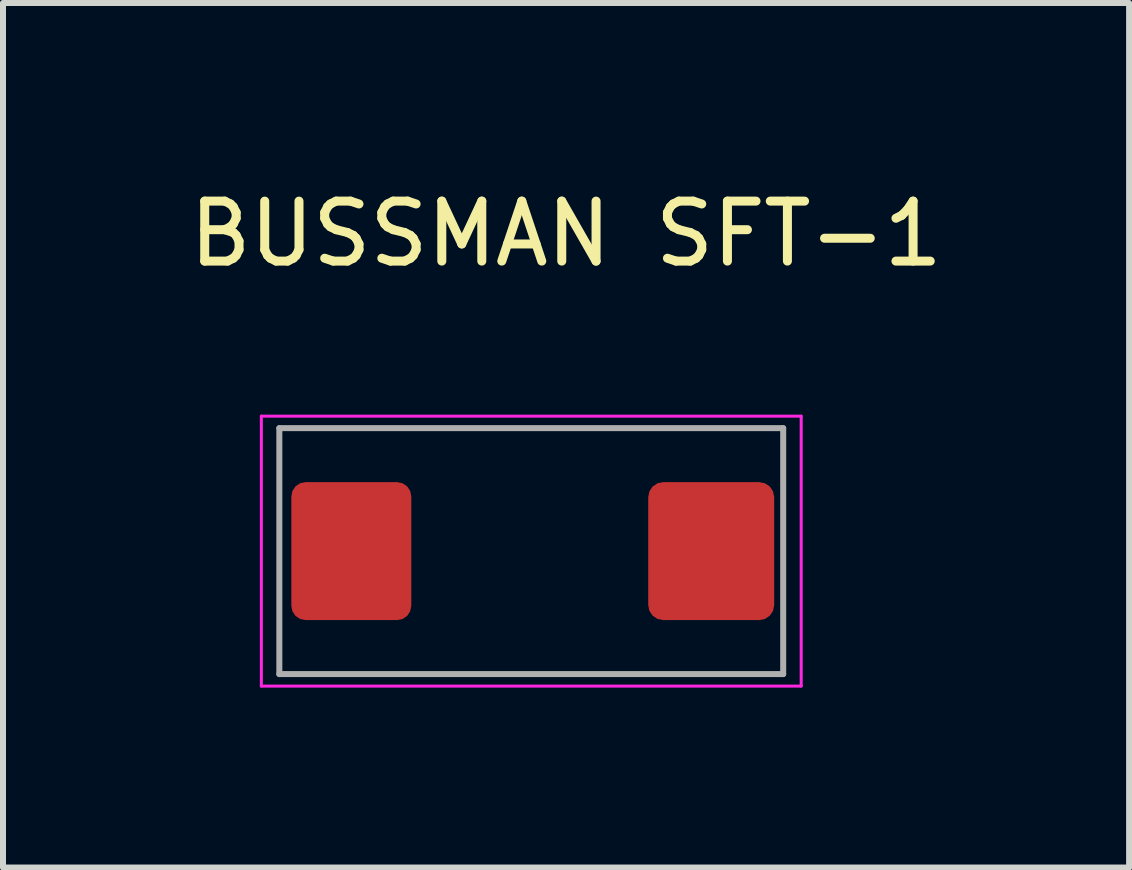
<source format=kicad_pcb>
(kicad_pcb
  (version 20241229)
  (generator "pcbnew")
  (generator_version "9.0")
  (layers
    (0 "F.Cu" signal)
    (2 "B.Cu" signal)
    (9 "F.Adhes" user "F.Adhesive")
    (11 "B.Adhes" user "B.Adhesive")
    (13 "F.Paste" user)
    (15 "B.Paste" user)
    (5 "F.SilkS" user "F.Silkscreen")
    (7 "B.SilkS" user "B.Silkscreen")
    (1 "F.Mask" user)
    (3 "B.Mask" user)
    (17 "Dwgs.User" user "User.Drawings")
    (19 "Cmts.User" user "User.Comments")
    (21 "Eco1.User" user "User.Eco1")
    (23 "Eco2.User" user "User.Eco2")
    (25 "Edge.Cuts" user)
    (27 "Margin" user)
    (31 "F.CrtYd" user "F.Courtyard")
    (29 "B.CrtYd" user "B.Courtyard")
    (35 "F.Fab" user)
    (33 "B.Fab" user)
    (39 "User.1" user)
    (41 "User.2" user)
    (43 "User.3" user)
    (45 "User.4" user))
  (footprint "BUSSMAN SFT-1"
    (layer "F.Cu")
    (at 1.307 3.888)
    (property "Reference" "BUSSMAN SFT-1" (at 5.08 -3.04 0) (unlocked yes) (layer "F.SilkS") (effects (font (size 1 1) (thickness 0.15))))
    (attr smd)
    (fp_line (start 0 0) (end 9 0) (stroke (width 0.05) (type solid)) (layer "F.CrtYd"))
    (fp_line (start 0 4.5) (end 0 0) (stroke (width 0.05) (type solid)) (layer "F.CrtYd"))
    (fp_line (start 9 0) (end 9 4.5) (stroke (width 0.05) (type solid)) (layer "F.CrtYd"))
    (fp_line (start 9 4.5) (end 0 4.5) (stroke (width 0.05) (type solid)) (layer "F.CrtYd"))
    (fp_line (start 0.3 0.2) (end 8.7 0.2) (stroke (width 0.1) (type solid)) (layer "F.Fab"))
    (fp_line (start 0.3 4.3) (end 0.3 0.2) (stroke (width 0.1) (type solid)) (layer "F.Fab"))
    (fp_line (start 8.7 0.2) (end 8.7 4.3) (stroke (width 0.1) (type solid)) (layer "F.Fab"))
    (fp_line (start 8.7 4.3) (end 0.3 4.3) (stroke (width 0.1) (type solid)) (layer "F.Fab"))
    (pad "1" smd roundrect (at 1.5 2.25) (size 2 2.3) (layers "F.Cu" "F.Mask" "F.Paste") (roundrect_rratio 0.119))
    (pad "2" smd roundrect (at 7.5 2.25) (size 2.1 2.3) (layers "F.Cu" "F.Mask" "F.Paste") (roundrect_rratio 0.119)))
  (gr_rect
    (start -3 -3)
    (end 15.774 11.413)
    (stroke (width 0.1) (type default))
    (fill no)
    (layer "Edge.Cuts")))
</source>
